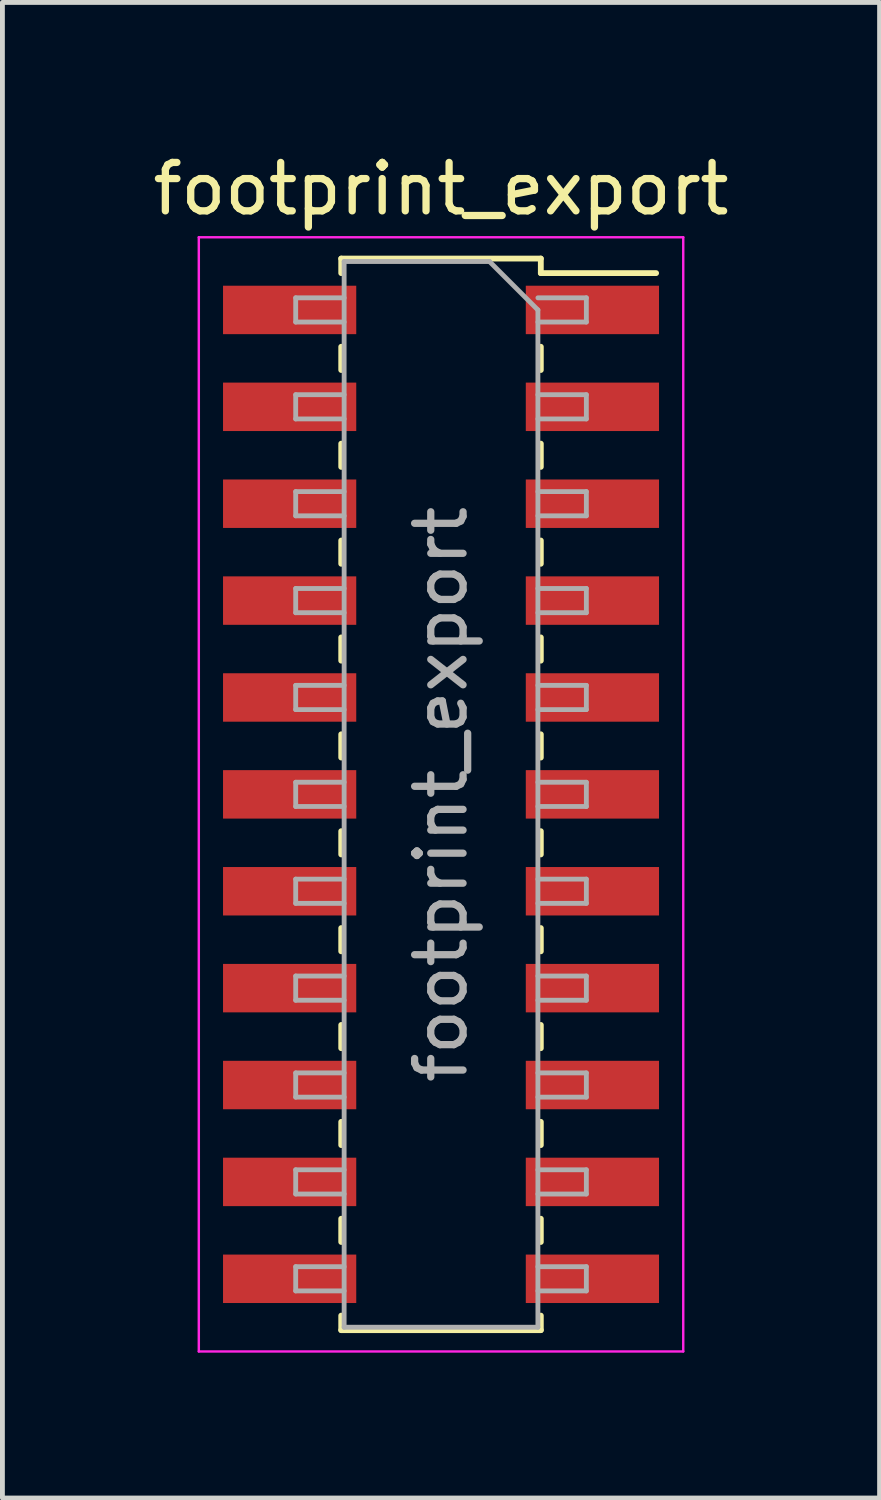
<source format=kicad_pcb>
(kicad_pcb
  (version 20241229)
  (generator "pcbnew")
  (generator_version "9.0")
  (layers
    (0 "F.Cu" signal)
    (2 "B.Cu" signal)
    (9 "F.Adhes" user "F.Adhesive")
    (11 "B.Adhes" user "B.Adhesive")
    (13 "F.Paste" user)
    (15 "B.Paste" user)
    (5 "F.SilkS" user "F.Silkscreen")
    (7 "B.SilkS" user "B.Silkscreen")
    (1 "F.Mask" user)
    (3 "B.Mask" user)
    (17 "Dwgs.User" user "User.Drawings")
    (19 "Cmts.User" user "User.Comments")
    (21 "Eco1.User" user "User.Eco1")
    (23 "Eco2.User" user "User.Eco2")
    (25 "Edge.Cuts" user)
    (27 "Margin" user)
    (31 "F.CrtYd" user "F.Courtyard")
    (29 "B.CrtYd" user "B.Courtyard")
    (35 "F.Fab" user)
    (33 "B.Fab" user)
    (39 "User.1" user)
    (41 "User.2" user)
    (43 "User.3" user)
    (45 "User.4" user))
  (footprint "footprint_export"
    (layer "F.Cu")
    (at 6.054 13.348)
    (property "Reference" "footprint_export" (at 0 -12.5 0) (layer "F.SilkS") (effects (font (size 1 1) (thickness 0.15))))
    (attr smd)
    (fp_line (start -2.06 -11.06) (end -2.06 -10.76) (stroke (width 0.12) (type solid)) (layer "F.SilkS"))
    (fp_line (start -2.06 -11.06) (end 2.06 -11.06) (stroke (width 0.12) (type solid)) (layer "F.SilkS"))
    (fp_line (start -2.06 -9.24) (end -2.06 -8.76) (stroke (width 0.12) (type solid)) (layer "F.SilkS"))
    (fp_line (start -2.06 -7.24) (end -2.06 -6.76) (stroke (width 0.12) (type solid)) (layer "F.SilkS"))
    (fp_line (start -2.06 -5.24) (end -2.06 -4.76) (stroke (width 0.12) (type solid)) (layer "F.SilkS"))
    (fp_line (start -2.06 -3.24) (end -2.06 -2.76) (stroke (width 0.12) (type solid)) (layer "F.SilkS"))
    (fp_line (start -2.06 -1.24) (end -2.06 -0.76) (stroke (width 0.12) (type solid)) (layer "F.SilkS"))
    (fp_line (start -2.06 0.76) (end -2.06 1.24) (stroke (width 0.12) (type solid)) (layer "F.SilkS"))
    (fp_line (start -2.06 2.76) (end -2.06 3.24) (stroke (width 0.12) (type solid)) (layer "F.SilkS"))
    (fp_line (start -2.06 4.76) (end -2.06 5.24) (stroke (width 0.12) (type solid)) (layer "F.SilkS"))
    (fp_line (start -2.06 6.76) (end -2.06 7.24) (stroke (width 0.12) (type solid)) (layer "F.SilkS"))
    (fp_line (start -2.06 8.76) (end -2.06 9.24) (stroke (width 0.12) (type solid)) (layer "F.SilkS"))
    (fp_line (start -2.06 10.76) (end -2.06 11.06) (stroke (width 0.12) (type solid)) (layer "F.SilkS"))
    (fp_line (start -2.06 11.06) (end 2.06 11.06) (stroke (width 0.12) (type solid)) (layer "F.SilkS"))
    (fp_line (start 2.06 -11.06) (end 2.06 -10.76) (stroke (width 0.12) (type solid)) (layer "F.SilkS"))
    (fp_line (start 2.06 -10.76) (end 4.44 -10.76) (stroke (width 0.12) (type solid)) (layer "F.SilkS"))
    (fp_line (start 2.06 -9.24) (end 2.06 -8.76) (stroke (width 0.12) (type solid)) (layer "F.SilkS"))
    (fp_line (start 2.06 -7.24) (end 2.06 -6.76) (stroke (width 0.12) (type solid)) (layer "F.SilkS"))
    (fp_line (start 2.06 -5.24) (end 2.06 -4.76) (stroke (width 0.12) (type solid)) (layer "F.SilkS"))
    (fp_line (start 2.06 -3.24) (end 2.06 -2.76) (stroke (width 0.12) (type solid)) (layer "F.SilkS"))
    (fp_line (start 2.06 -1.24) (end 2.06 -0.76) (stroke (width 0.12) (type solid)) (layer "F.SilkS"))
    (fp_line (start 2.06 0.76) (end 2.06 1.24) (stroke (width 0.12) (type solid)) (layer "F.SilkS"))
    (fp_line (start 2.06 2.76) (end 2.06 3.24) (stroke (width 0.12) (type solid)) (layer "F.SilkS"))
    (fp_line (start 2.06 4.76) (end 2.06 5.24) (stroke (width 0.12) (type solid)) (layer "F.SilkS"))
    (fp_line (start 2.06 6.76) (end 2.06 7.24) (stroke (width 0.12) (type solid)) (layer "F.SilkS"))
    (fp_line (start 2.06 8.76) (end 2.06 9.24) (stroke (width 0.12) (type solid)) (layer "F.SilkS"))
    (fp_line (start 2.06 10.76) (end 2.06 11.06) (stroke (width 0.12) (type solid)) (layer "F.SilkS"))
    (fp_line (start -5 -11.5) (end 5 -11.5) (stroke (width 0.05) (type solid)) (layer "F.CrtYd"))
    (fp_line (start -5 11.5) (end -5 -11.5) (stroke (width 0.05) (type solid)) (layer "F.CrtYd"))
    (fp_line (start 5 -11.5) (end 5 11.5) (stroke (width 0.05) (type solid)) (layer "F.CrtYd"))
    (fp_line (start 5 11.5) (end -5 11.5) (stroke (width 0.05) (type solid)) (layer "F.CrtYd"))
    (fp_line (start -3 -10.25) (end -2 -10.25) (stroke (width 0.1) (type solid)) (layer "F.Fab"))
    (fp_line (start -3 -9.75) (end -3 -10.25) (stroke (width 0.1) (type solid)) (layer "F.Fab"))
    (fp_line (start -3 -8.25) (end -2 -8.25) (stroke (width 0.1) (type solid)) (layer "F.Fab"))
    (fp_line (start -3 -7.75) (end -3 -8.25) (stroke (width 0.1) (type solid)) (layer "F.Fab"))
    (fp_line (start -3 -6.25) (end -2 -6.25) (stroke (width 0.1) (type solid)) (layer "F.Fab"))
    (fp_line (start -3 -5.75) (end -3 -6.25) (stroke (width 0.1) (type solid)) (layer "F.Fab"))
    (fp_line (start -3 -4.25) (end -2 -4.25) (stroke (width 0.1) (type solid)) (layer "F.Fab"))
    (fp_line (start -3 -3.75) (end -3 -4.25) (stroke (width 0.1) (type solid)) (layer "F.Fab"))
    (fp_line (start -3 -2.25) (end -2 -2.25) (stroke (width 0.1) (type solid)) (layer "F.Fab"))
    (fp_line (start -3 -1.75) (end -3 -2.25) (stroke (width 0.1) (type solid)) (layer "F.Fab"))
    (fp_line (start -3 -0.25) (end -2 -0.25) (stroke (width 0.1) (type solid)) (layer "F.Fab"))
    (fp_line (start -3 0.25) (end -3 -0.25) (stroke (width 0.1) (type solid)) (layer "F.Fab"))
    (fp_line (start -3 1.75) (end -2 1.75) (stroke (width 0.1) (type solid)) (layer "F.Fab"))
    (fp_line (start -3 2.25) (end -3 1.75) (stroke (width 0.1) (type solid)) (layer "F.Fab"))
    (fp_line (start -3 3.75) (end -2 3.75) (stroke (width 0.1) (type solid)) (layer "F.Fab"))
    (fp_line (start -3 4.25) (end -3 3.75) (stroke (width 0.1) (type solid)) (layer "F.Fab"))
    (fp_line (start -3 5.75) (end -2 5.75) (stroke (width 0.1) (type solid)) (layer "F.Fab"))
    (fp_line (start -3 6.25) (end -3 5.75) (stroke (width 0.1) (type solid)) (layer "F.Fab"))
    (fp_line (start -3 7.75) (end -2 7.75) (stroke (width 0.1) (type solid)) (layer "F.Fab"))
    (fp_line (start -3 8.25) (end -3 7.75) (stroke (width 0.1) (type solid)) (layer "F.Fab"))
    (fp_line (start -3 9.75) (end -2 9.75) (stroke (width 0.1) (type solid)) (layer "F.Fab"))
    (fp_line (start -3 10.25) (end -3 9.75) (stroke (width 0.1) (type solid)) (layer "F.Fab"))
    (fp_line (start -2 -11) (end 1 -11) (stroke (width 0.1) (type solid)) (layer "F.Fab"))
    (fp_line (start -2 -9.75) (end -3 -9.75) (stroke (width 0.1) (type solid)) (layer "F.Fab"))
    (fp_line (start -2 -7.75) (end -3 -7.75) (stroke (width 0.1) (type solid)) (layer "F.Fab"))
    (fp_line (start -2 -5.75) (end -3 -5.75) (stroke (width 0.1) (type solid)) (layer "F.Fab"))
    (fp_line (start -2 -3.75) (end -3 -3.75) (stroke (width 0.1) (type solid)) (layer "F.Fab"))
    (fp_line (start -2 -1.75) (end -3 -1.75) (stroke (width 0.1) (type solid)) (layer "F.Fab"))
    (fp_line (start -2 0.25) (end -3 0.25) (stroke (width 0.1) (type solid)) (layer "F.Fab"))
    (fp_line (start -2 2.25) (end -3 2.25) (stroke (width 0.1) (type solid)) (layer "F.Fab"))
    (fp_line (start -2 4.25) (end -3 4.25) (stroke (width 0.1) (type solid)) (layer "F.Fab"))
    (fp_line (start -2 6.25) (end -3 6.25) (stroke (width 0.1) (type solid)) (layer "F.Fab"))
    (fp_line (start -2 8.25) (end -3 8.25) (stroke (width 0.1) (type solid)) (layer "F.Fab"))
    (fp_line (start -2 10.25) (end -3 10.25) (stroke (width 0.1) (type solid)) (layer "F.Fab"))
    (fp_line (start -2 11) (end -2 -11) (stroke (width 0.1) (type solid)) (layer "F.Fab"))
    (fp_line (start 1 -11) (end 2 -10) (stroke (width 0.1) (type solid)) (layer "F.Fab"))
    (fp_line (start 2 -10.25) (end 3 -10.25) (stroke (width 0.1) (type solid)) (layer "F.Fab"))
    (fp_line (start 2 -10) (end 2 11) (stroke (width 0.1) (type solid)) (layer "F.Fab"))
    (fp_line (start 2 -8.25) (end 3 -8.25) (stroke (width 0.1) (type solid)) (layer "F.Fab"))
    (fp_line (start 2 -6.25) (end 3 -6.25) (stroke (width 0.1) (type solid)) (layer "F.Fab"))
    (fp_line (start 2 -4.25) (end 3 -4.25) (stroke (width 0.1) (type solid)) (layer "F.Fab"))
    (fp_line (start 2 -2.25) (end 3 -2.25) (stroke (width 0.1) (type solid)) (layer "F.Fab"))
    (fp_line (start 2 -0.25) (end 3 -0.25) (stroke (width 0.1) (type solid)) (layer "F.Fab"))
    (fp_line (start 2 1.75) (end 3 1.75) (stroke (width 0.1) (type solid)) (layer "F.Fab"))
    (fp_line (start 2 3.75) (end 3 3.75) (stroke (width 0.1) (type solid)) (layer "F.Fab"))
    (fp_line (start 2 5.75) (end 3 5.75) (stroke (width 0.1) (type solid)) (layer "F.Fab"))
    (fp_line (start 2 7.75) (end 3 7.75) (stroke (width 0.1) (type solid)) (layer "F.Fab"))
    (fp_line (start 2 9.75) (end 3 9.75) (stroke (width 0.1) (type solid)) (layer "F.Fab"))
    (fp_line (start 2 11) (end -2 11) (stroke (width 0.1) (type solid)) (layer "F.Fab"))
    (fp_line (start 3 -10.25) (end 3 -9.75) (stroke (width 0.1) (type solid)) (layer "F.Fab"))
    (fp_line (start 3 -9.75) (end 2 -9.75) (stroke (width 0.1) (type solid)) (layer "F.Fab"))
    (fp_line (start 3 -8.25) (end 3 -7.75) (stroke (width 0.1) (type solid)) (layer "F.Fab"))
    (fp_line (start 3 -7.75) (end 2 -7.75) (stroke (width 0.1) (type solid)) (layer "F.Fab"))
    (fp_line (start 3 -6.25) (end 3 -5.75) (stroke (width 0.1) (type solid)) (layer "F.Fab"))
    (fp_line (start 3 -5.75) (end 2 -5.75) (stroke (width 0.1) (type solid)) (layer "F.Fab"))
    (fp_line (start 3 -4.25) (end 3 -3.75) (stroke (width 0.1) (type solid)) (layer "F.Fab"))
    (fp_line (start 3 -3.75) (end 2 -3.75) (stroke (width 0.1) (type solid)) (layer "F.Fab"))
    (fp_line (start 3 -2.25) (end 3 -1.75) (stroke (width 0.1) (type solid)) (layer "F.Fab"))
    (fp_line (start 3 -1.75) (end 2 -1.75) (stroke (width 0.1) (type solid)) (layer "F.Fab"))
    (fp_line (start 3 -0.25) (end 3 0.25) (stroke (width 0.1) (type solid)) (layer "F.Fab"))
    (fp_line (start 3 0.25) (end 2 0.25) (stroke (width 0.1) (type solid)) (layer "F.Fab"))
    (fp_line (start 3 1.75) (end 3 2.25) (stroke (width 0.1) (type solid)) (layer "F.Fab"))
    (fp_line (start 3 2.25) (end 2 2.25) (stroke (width 0.1) (type solid)) (layer "F.Fab"))
    (fp_line (start 3 3.75) (end 3 4.25) (stroke (width 0.1) (type solid)) (layer "F.Fab"))
    (fp_line (start 3 4.25) (end 2 4.25) (stroke (width 0.1) (type solid)) (layer "F.Fab"))
    (fp_line (start 3 5.75) (end 3 6.25) (stroke (width 0.1) (type solid)) (layer "F.Fab"))
    (fp_line (start 3 6.25) (end 2 6.25) (stroke (width 0.1) (type solid)) (layer "F.Fab"))
    (fp_line (start 3 7.75) (end 3 8.25) (stroke (width 0.1) (type solid)) (layer "F.Fab"))
    (fp_line (start 3 8.25) (end 2 8.25) (stroke (width 0.1) (type solid)) (layer "F.Fab"))
    (fp_line (start 3 9.75) (end 3 10.25) (stroke (width 0.1) (type solid)) (layer "F.Fab"))
    (fp_line (start 3 10.25) (end 2 10.25) (stroke (width 0.1) (type solid)) (layer "F.Fab"))
    (fp_text user "${REFERENCE}" (at 0 0 90) (layer "F.Fab") (effects (font (size 1 1) (thickness 0.15))))
    (pad "1" smd rect (at 3.125 -10) (size 2.75 1) (layers "F.Cu" "F.Mask" "F.Paste"))
    (pad "2" smd rect (at -3.125 -10) (size 2.75 1) (layers "F.Cu" "F.Mask" "F.Paste"))
    (pad "3" smd rect (at 3.125 -8) (size 2.75 1) (layers "F.Cu" "F.Mask" "F.Paste"))
    (pad "4" smd rect (at -3.125 -8) (size 2.75 1) (layers "F.Cu" "F.Mask" "F.Paste"))
    (pad "5" smd rect (at 3.125 -6) (size 2.75 1) (layers "F.Cu" "F.Mask" "F.Paste"))
    (pad "6" smd rect (at -3.125 -6) (size 2.75 1) (layers "F.Cu" "F.Mask" "F.Paste"))
    (pad "7" smd rect (at 3.125 -4) (size 2.75 1) (layers "F.Cu" "F.Mask" "F.Paste"))
    (pad "8" smd rect (at -3.125 -4) (size 2.75 1) (layers "F.Cu" "F.Mask" "F.Paste"))
    (pad "9" smd rect (at 3.125 -2) (size 2.75 1) (layers "F.Cu" "F.Mask" "F.Paste"))
    (pad "10" smd rect (at -3.125 -2) (size 2.75 1) (layers "F.Cu" "F.Mask" "F.Paste"))
    (pad "11" smd rect (at 3.125 0) (size 2.75 1) (layers "F.Cu" "F.Mask" "F.Paste"))
    (pad "12" smd rect (at -3.125 0) (size 2.75 1) (layers "F.Cu" "F.Mask" "F.Paste"))
    (pad "13" smd rect (at 3.125 2) (size 2.75 1) (layers "F.Cu" "F.Mask" "F.Paste"))
    (pad "14" smd rect (at -3.125 2) (size 2.75 1) (layers "F.Cu" "F.Mask" "F.Paste"))
    (pad "15" smd rect (at 3.125 4) (size 2.75 1) (layers "F.Cu" "F.Mask" "F.Paste"))
    (pad "16" smd rect (at -3.125 4) (size 2.75 1) (layers "F.Cu" "F.Mask" "F.Paste"))
    (pad "17" smd rect (at 3.125 6) (size 2.75 1) (layers "F.Cu" "F.Mask" "F.Paste"))
    (pad "18" smd rect (at -3.125 6) (size 2.75 1) (layers "F.Cu" "F.Mask" "F.Paste"))
    (pad "19" smd rect (at 3.125 8) (size 2.75 1) (layers "F.Cu" "F.Mask" "F.Paste"))
    (pad "20" smd rect (at -3.125 8) (size 2.75 1) (layers "F.Cu" "F.Mask" "F.Paste"))
    (pad "21" smd rect (at 3.125 10) (size 2.75 1) (layers "F.Cu" "F.Mask" "F.Paste"))
    (pad "22" smd rect (at -3.125 10) (size 2.75 1) (layers "F.Cu" "F.Mask" "F.Paste")))
  (gr_rect
    (start -3 -3)
    (end 15.107 27.873)
    (stroke (width 0.1) (type default))
    (fill no)
    (layer "Edge.Cuts")))
</source>
